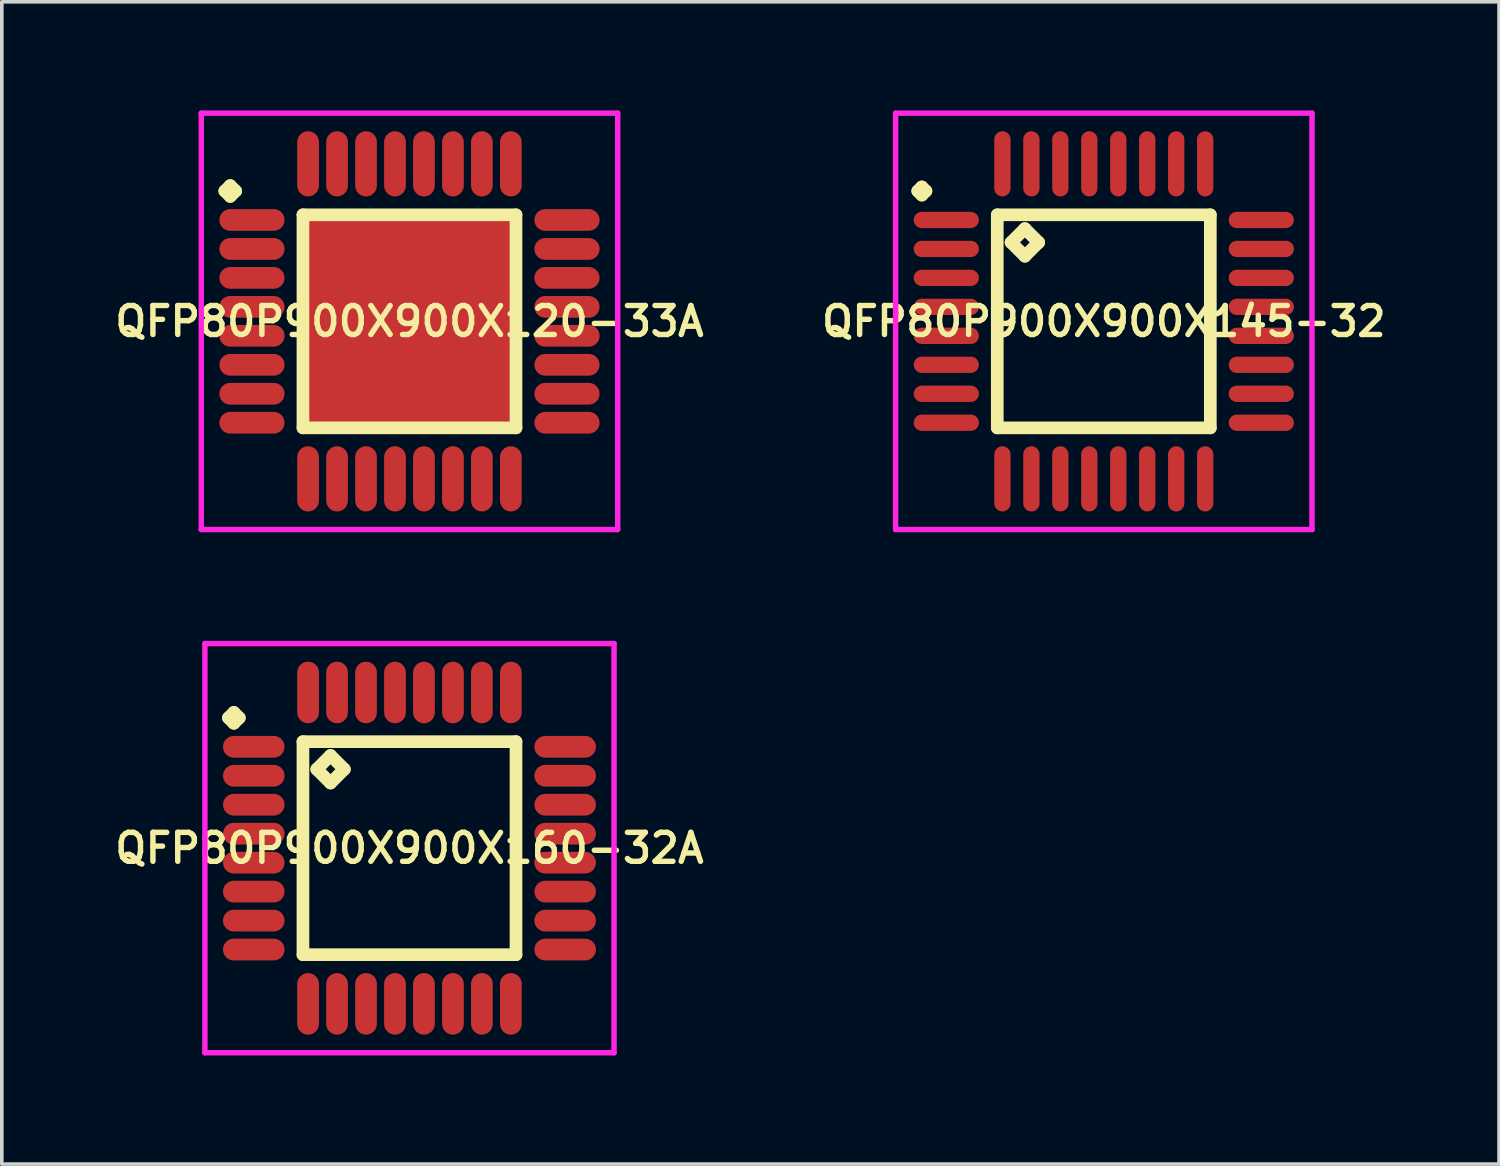
<source format=kicad_pcb>
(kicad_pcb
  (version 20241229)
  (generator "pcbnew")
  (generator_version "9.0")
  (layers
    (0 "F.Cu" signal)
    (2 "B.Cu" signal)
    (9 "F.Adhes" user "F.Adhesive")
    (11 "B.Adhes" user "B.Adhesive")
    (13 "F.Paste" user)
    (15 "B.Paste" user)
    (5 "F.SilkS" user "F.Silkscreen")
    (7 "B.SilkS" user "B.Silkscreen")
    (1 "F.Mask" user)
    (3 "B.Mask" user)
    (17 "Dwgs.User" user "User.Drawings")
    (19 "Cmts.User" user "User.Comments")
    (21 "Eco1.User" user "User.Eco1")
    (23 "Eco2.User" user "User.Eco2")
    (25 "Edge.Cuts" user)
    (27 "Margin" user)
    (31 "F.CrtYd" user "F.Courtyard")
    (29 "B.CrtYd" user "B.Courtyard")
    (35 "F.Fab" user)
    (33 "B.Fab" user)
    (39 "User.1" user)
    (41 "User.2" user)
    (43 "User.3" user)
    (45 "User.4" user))
  (footprint "QFP80P900X900X120-33A"
    (layer "F.Cu")
    (at 8.259 5.825)
    (property "Reference" "QFP80P900X900X120-33A" (at 0 0 0) (layer "F.SilkS") (effects (font (size 0.8 0.8) (thickness 0.15))))
    (attr smd)
    (fp_line (start -5.1 -3.6) (end -4.95 -3.75) (stroke (width 0.35) (type solid)) (layer "F.SilkS"))
    (fp_line (start -4.95 -3.75) (end -4.8 -3.6) (stroke (width 0.35) (type solid)) (layer "F.SilkS"))
    (fp_line (start -4.95 -3.45) (end -5.1 -3.6) (stroke (width 0.35) (type solid)) (layer "F.SilkS"))
    (fp_line (start -4.8 -3.6) (end -4.95 -3.45) (stroke (width 0.35) (type solid)) (layer "F.SilkS"))
    (fp_line (start -2.942 -2.942) (end -2.942 2.942) (stroke (width 0.35) (type solid)) (layer "F.SilkS"))
    (fp_line (start -2.942 2.942) (end 2.942 2.942) (stroke (width 0.35) (type solid)) (layer "F.SilkS"))
    (fp_line (start 2.942 -2.942) (end -2.942 -2.942) (stroke (width 0.35) (type solid)) (layer "F.SilkS"))
    (fp_line (start 2.942 2.942) (end 2.942 -2.942) (stroke (width 0.35) (type solid)) (layer "F.SilkS"))
    (fp_line (start -5.75 -5.75) (end 5.75 -5.75) (stroke (width 0.15) (type solid)) (layer "F.CrtYd"))
    (fp_line (start -5.75 5.75) (end -5.75 -5.75) (stroke (width 0.15) (type solid)) (layer "F.CrtYd"))
    (fp_line (start 5.75 -5.75) (end 5.75 5.75) (stroke (width 0.15) (type solid)) (layer "F.CrtYd"))
    (fp_line (start 5.75 5.75) (end -5.75 5.75) (stroke (width 0.15) (type solid)) (layer "F.CrtYd"))
    (pad "1" smd oval (at -4.35 -2.8) (size 1.8 0.6) (layers "F.Cu" "F.Mask" "F.Paste"))
    (pad "2" smd oval (at -4.35 -2) (size 1.8 0.6) (layers "F.Cu" "F.Mask" "F.Paste"))
    (pad "3" smd oval (at -4.35 -1.2) (size 1.8 0.6) (layers "F.Cu" "F.Mask" "F.Paste"))
    (pad "4" smd oval (at -4.35 -0.4) (size 1.8 0.6) (layers "F.Cu" "F.Mask" "F.Paste"))
    (pad "5" smd oval (at -4.35 0.4) (size 1.8 0.6) (layers "F.Cu" "F.Mask" "F.Paste"))
    (pad "6" smd oval (at -4.35 1.2) (size 1.8 0.6) (layers "F.Cu" "F.Mask" "F.Paste"))
    (pad "7" smd oval (at -4.35 2) (size 1.8 0.6) (layers "F.Cu" "F.Mask" "F.Paste"))
    (pad "8" smd oval (at -4.35 2.8) (size 1.8 0.6) (layers "F.Cu" "F.Mask" "F.Paste"))
    (pad "9" smd oval (at -2.8 4.35) (size 0.6 1.8) (layers "F.Cu" "F.Mask" "F.Paste"))
    (pad "10" smd oval (at -2 4.35) (size 0.6 1.8) (layers "F.Cu" "F.Mask" "F.Paste"))
    (pad "11" smd oval (at -1.2 4.35) (size 0.6 1.8) (layers "F.Cu" "F.Mask" "F.Paste"))
    (pad "12" smd oval (at -0.4 4.35) (size 0.6 1.8) (layers "F.Cu" "F.Mask" "F.Paste"))
    (pad "13" smd oval (at 0.4 4.35) (size 0.6 1.8) (layers "F.Cu" "F.Mask" "F.Paste"))
    (pad "14" smd oval (at 1.2 4.35) (size 0.6 1.8) (layers "F.Cu" "F.Mask" "F.Paste"))
    (pad "15" smd oval (at 2 4.35) (size 0.6 1.8) (layers "F.Cu" "F.Mask" "F.Paste"))
    (pad "16" smd oval (at 2.8 4.35) (size 0.6 1.8) (layers "F.Cu" "F.Mask" "F.Paste"))
    (pad "17" smd oval (at 4.35 2.8) (size 1.8 0.6) (layers "F.Cu" "F.Mask" "F.Paste"))
    (pad "18" smd oval (at 4.35 2) (size 1.8 0.6) (layers "F.Cu" "F.Mask" "F.Paste"))
    (pad "19" smd oval (at 4.35 1.2) (size 1.8 0.6) (layers "F.Cu" "F.Mask" "F.Paste"))
    (pad "20" smd oval (at 4.35 0.4) (size 1.8 0.6) (layers "F.Cu" "F.Mask" "F.Paste"))
    (pad "21" smd oval (at 4.35 -0.4) (size 1.8 0.6) (layers "F.Cu" "F.Mask" "F.Paste"))
    (pad "22" smd oval (at 4.35 -1.2) (size 1.8 0.6) (layers "F.Cu" "F.Mask" "F.Paste"))
    (pad "23" smd oval (at 4.35 -2) (size 1.8 0.6) (layers "F.Cu" "F.Mask" "F.Paste"))
    (pad "24" smd oval (at 4.35 -2.8) (size 1.8 0.6) (layers "F.Cu" "F.Mask" "F.Paste"))
    (pad "25" smd oval (at 2.8 -4.35) (size 0.6 1.8) (layers "F.Cu" "F.Mask" "F.Paste"))
    (pad "26" smd oval (at 2 -4.35) (size 0.6 1.8) (layers "F.Cu" "F.Mask" "F.Paste"))
    (pad "27" smd oval (at 1.2 -4.35) (size 0.6 1.8) (layers "F.Cu" "F.Mask" "F.Paste"))
    (pad "28" smd oval (at 0.4 -4.35) (size 0.6 1.8) (layers "F.Cu" "F.Mask" "F.Paste"))
    (pad "29" smd oval (at -0.4 -4.35) (size 0.6 1.8) (layers "F.Cu" "F.Mask" "F.Paste"))
    (pad "30" smd oval (at -1.2 -4.35) (size 0.6 1.8) (layers "F.Cu" "F.Mask" "F.Paste"))
    (pad "31" smd oval (at -2 -4.35) (size 0.6 1.8) (layers "F.Cu" "F.Mask" "F.Paste"))
    (pad "32" smd oval (at -2.8 -4.35) (size 0.6 1.8) (layers "F.Cu" "F.Mask" "F.Paste"))
    (pad "33" smd rect (at 0 0) (size 6 6) (layers "F.Cu" "F.Mask" "F.Paste")))
  (footprint "QFP80P900X900X160-32A"
    (layer "F.Cu")
    (at 8.259 20.375)
    (property "Reference" "QFP80P900X900X160-32A" (at 0 0 0) (layer "F.SilkS") (effects (font (size 0.8 0.8) (thickness 0.15))))
    (attr smd)
    (fp_line (start -5 -3.6) (end -4.85 -3.75) (stroke (width 0.35) (type solid)) (layer "F.SilkS"))
    (fp_line (start -4.85 -3.75) (end -4.7 -3.6) (stroke (width 0.35) (type solid)) (layer "F.SilkS"))
    (fp_line (start -4.85 -3.45) (end -5 -3.6) (stroke (width 0.35) (type solid)) (layer "F.SilkS"))
    (fp_line (start -4.7 -3.6) (end -4.85 -3.45) (stroke (width 0.35) (type solid)) (layer "F.SilkS"))
    (fp_line (start -2.942 -2.942) (end -2.942 2.942) (stroke (width 0.35) (type solid)) (layer "F.SilkS"))
    (fp_line (start -2.942 2.942) (end 2.942 2.942) (stroke (width 0.35) (type solid)) (layer "F.SilkS"))
    (fp_line (start -2.561 -2.18) (end -2.18 -2.561) (stroke (width 0.35) (type solid)) (layer "F.SilkS"))
    (fp_line (start -2.18 -2.561) (end -1.799 -2.18) (stroke (width 0.35) (type solid)) (layer "F.SilkS"))
    (fp_line (start -2.18 -1.799) (end -2.561 -2.18) (stroke (width 0.35) (type solid)) (layer "F.SilkS"))
    (fp_line (start -1.799 -2.18) (end -2.18 -1.799) (stroke (width 0.35) (type solid)) (layer "F.SilkS"))
    (fp_line (start 2.942 -2.942) (end -2.942 -2.942) (stroke (width 0.35) (type solid)) (layer "F.SilkS"))
    (fp_line (start 2.942 2.942) (end 2.942 -2.942) (stroke (width 0.35) (type solid)) (layer "F.SilkS"))
    (fp_line (start -5.65 -5.65) (end 5.65 -5.65) (stroke (width 0.15) (type solid)) (layer "F.CrtYd"))
    (fp_line (start -5.65 5.65) (end -5.65 -5.65) (stroke (width 0.15) (type solid)) (layer "F.CrtYd"))
    (fp_line (start 5.65 -5.65) (end 5.65 5.65) (stroke (width 0.15) (type solid)) (layer "F.CrtYd"))
    (fp_line (start 5.65 5.65) (end -5.65 5.65) (stroke (width 0.15) (type solid)) (layer "F.CrtYd"))
    (pad "1" smd oval (at -4.3 -2.8) (size 1.7 0.6) (layers "F.Cu" "F.Mask" "F.Paste"))
    (pad "2" smd oval (at -4.3 -2) (size 1.7 0.6) (layers "F.Cu" "F.Mask" "F.Paste"))
    (pad "3" smd oval (at -4.3 -1.2) (size 1.7 0.6) (layers "F.Cu" "F.Mask" "F.Paste"))
    (pad "4" smd oval (at -4.3 -0.4) (size 1.7 0.6) (layers "F.Cu" "F.Mask" "F.Paste"))
    (pad "5" smd oval (at -4.3 0.4) (size 1.7 0.6) (layers "F.Cu" "F.Mask" "F.Paste"))
    (pad "6" smd oval (at -4.3 1.2) (size 1.7 0.6) (layers "F.Cu" "F.Mask" "F.Paste"))
    (pad "7" smd oval (at -4.3 2) (size 1.7 0.6) (layers "F.Cu" "F.Mask" "F.Paste"))
    (pad "8" smd oval (at -4.3 2.8) (size 1.7 0.6) (layers "F.Cu" "F.Mask" "F.Paste"))
    (pad "9" smd oval (at -2.8 4.3) (size 0.6 1.7) (layers "F.Cu" "F.Mask" "F.Paste"))
    (pad "10" smd oval (at -2 4.3) (size 0.6 1.7) (layers "F.Cu" "F.Mask" "F.Paste"))
    (pad "11" smd oval (at -1.2 4.3) (size 0.6 1.7) (layers "F.Cu" "F.Mask" "F.Paste"))
    (pad "12" smd oval (at -0.4 4.3) (size 0.6 1.7) (layers "F.Cu" "F.Mask" "F.Paste"))
    (pad "13" smd oval (at 0.4 4.3) (size 0.6 1.7) (layers "F.Cu" "F.Mask" "F.Paste"))
    (pad "14" smd oval (at 1.2 4.3) (size 0.6 1.7) (layers "F.Cu" "F.Mask" "F.Paste"))
    (pad "15" smd oval (at 2 4.3) (size 0.6 1.7) (layers "F.Cu" "F.Mask" "F.Paste"))
    (pad "16" smd oval (at 2.8 4.3) (size 0.6 1.7) (layers "F.Cu" "F.Mask" "F.Paste"))
    (pad "17" smd oval (at 4.3 2.8) (size 1.7 0.6) (layers "F.Cu" "F.Mask" "F.Paste"))
    (pad "18" smd oval (at 4.3 2) (size 1.7 0.6) (layers "F.Cu" "F.Mask" "F.Paste"))
    (pad "19" smd oval (at 4.3 1.2) (size 1.7 0.6) (layers "F.Cu" "F.Mask" "F.Paste"))
    (pad "20" smd oval (at 4.3 0.4) (size 1.7 0.6) (layers "F.Cu" "F.Mask" "F.Paste"))
    (pad "21" smd oval (at 4.3 -0.4) (size 1.7 0.6) (layers "F.Cu" "F.Mask" "F.Paste"))
    (pad "22" smd oval (at 4.3 -1.2) (size 1.7 0.6) (layers "F.Cu" "F.Mask" "F.Paste"))
    (pad "23" smd oval (at 4.3 -2) (size 1.7 0.6) (layers "F.Cu" "F.Mask" "F.Paste"))
    (pad "24" smd oval (at 4.3 -2.8) (size 1.7 0.6) (layers "F.Cu" "F.Mask" "F.Paste"))
    (pad "25" smd oval (at 2.8 -4.3) (size 0.6 1.7) (layers "F.Cu" "F.Mask" "F.Paste"))
    (pad "26" smd oval (at 2 -4.3) (size 0.6 1.7) (layers "F.Cu" "F.Mask" "F.Paste"))
    (pad "27" smd oval (at 1.2 -4.3) (size 0.6 1.7) (layers "F.Cu" "F.Mask" "F.Paste"))
    (pad "28" smd oval (at 0.4 -4.3) (size 0.6 1.7) (layers "F.Cu" "F.Mask" "F.Paste"))
    (pad "29" smd oval (at -0.4 -4.3) (size 0.6 1.7) (layers "F.Cu" "F.Mask" "F.Paste"))
    (pad "30" smd oval (at -1.2 -4.3) (size 0.6 1.7) (layers "F.Cu" "F.Mask" "F.Paste"))
    (pad "31" smd oval (at -2 -4.3) (size 0.6 1.7) (layers "F.Cu" "F.Mask" "F.Paste"))
    (pad "32" smd oval (at -2.8 -4.3) (size 0.6 1.7) (layers "F.Cu" "F.Mask" "F.Paste")))
  (footprint "QFP80P900X900X145-32"
    (layer "F.Cu")
    (at 27.435 5.825)
    (property "Reference" "QFP80P900X900X145-32" (at 0 0 0) (layer "F.SilkS") (effects (font (size 0.8 0.8) (thickness 0.15))))
    (attr smd)
    (fp_line (start -5.138 -3.6) (end -5.025 -3.712) (stroke (width 0.35) (type solid)) (layer "F.SilkS"))
    (fp_line (start -5.025 -3.712) (end -4.912 -3.6) (stroke (width 0.35) (type solid)) (layer "F.SilkS"))
    (fp_line (start -5.025 -3.487) (end -5.138 -3.6) (stroke (width 0.35) (type solid)) (layer "F.SilkS"))
    (fp_line (start -4.912 -3.6) (end -5.025 -3.487) (stroke (width 0.35) (type solid)) (layer "F.SilkS"))
    (fp_line (start -2.942 -2.942) (end -2.942 2.942) (stroke (width 0.35) (type solid)) (layer "F.SilkS"))
    (fp_line (start -2.942 2.942) (end 2.942 2.942) (stroke (width 0.35) (type solid)) (layer "F.SilkS"))
    (fp_line (start -2.561 -2.18) (end -2.18 -2.561) (stroke (width 0.35) (type solid)) (layer "F.SilkS"))
    (fp_line (start -2.18 -2.561) (end -1.799 -2.18) (stroke (width 0.35) (type solid)) (layer "F.SilkS"))
    (fp_line (start -2.18 -1.799) (end -2.561 -2.18) (stroke (width 0.35) (type solid)) (layer "F.SilkS"))
    (fp_line (start -1.799 -2.18) (end -2.18 -1.799) (stroke (width 0.35) (type solid)) (layer "F.SilkS"))
    (fp_line (start 2.942 -2.942) (end -2.942 -2.942) (stroke (width 0.35) (type solid)) (layer "F.SilkS"))
    (fp_line (start 2.942 2.942) (end 2.942 -2.942) (stroke (width 0.35) (type solid)) (layer "F.SilkS"))
    (fp_line (start -5.75 -5.75) (end 5.75 -5.75) (stroke (width 0.15) (type solid)) (layer "F.CrtYd"))
    (fp_line (start -5.75 5.75) (end -5.75 -5.75) (stroke (width 0.15) (type solid)) (layer "F.CrtYd"))
    (fp_line (start 5.75 -5.75) (end 5.75 5.75) (stroke (width 0.15) (type solid)) (layer "F.CrtYd"))
    (fp_line (start 5.75 5.75) (end -5.75 5.75) (stroke (width 0.15) (type solid)) (layer "F.CrtYd"))
    (pad "1" smd oval (at -4.35 -2.8) (size 1.8 0.45) (layers "F.Cu" "F.Mask" "F.Paste"))
    (pad "2" smd oval (at -4.35 -2) (size 1.8 0.45) (layers "F.Cu" "F.Mask" "F.Paste"))
    (pad "3" smd oval (at -4.35 -1.2) (size 1.8 0.45) (layers "F.Cu" "F.Mask" "F.Paste"))
    (pad "4" smd oval (at -4.35 -0.4) (size 1.8 0.45) (layers "F.Cu" "F.Mask" "F.Paste"))
    (pad "5" smd oval (at -4.35 0.4) (size 1.8 0.45) (layers "F.Cu" "F.Mask" "F.Paste"))
    (pad "6" smd oval (at -4.35 1.2) (size 1.8 0.45) (layers "F.Cu" "F.Mask" "F.Paste"))
    (pad "7" smd oval (at -4.35 2) (size 1.8 0.45) (layers "F.Cu" "F.Mask" "F.Paste"))
    (pad "8" smd oval (at -4.35 2.8) (size 1.8 0.45) (layers "F.Cu" "F.Mask" "F.Paste"))
    (pad "9" smd oval (at -2.8 4.35) (size 0.45 1.8) (layers "F.Cu" "F.Mask" "F.Paste"))
    (pad "10" smd oval (at -2 4.35) (size 0.45 1.8) (layers "F.Cu" "F.Mask" "F.Paste"))
    (pad "11" smd oval (at -1.2 4.35) (size 0.45 1.8) (layers "F.Cu" "F.Mask" "F.Paste"))
    (pad "12" smd oval (at -0.4 4.35) (size 0.45 1.8) (layers "F.Cu" "F.Mask" "F.Paste"))
    (pad "13" smd oval (at 0.4 4.35) (size 0.45 1.8) (layers "F.Cu" "F.Mask" "F.Paste"))
    (pad "14" smd oval (at 1.2 4.35) (size 0.45 1.8) (layers "F.Cu" "F.Mask" "F.Paste"))
    (pad "15" smd oval (at 2 4.35) (size 0.45 1.8) (layers "F.Cu" "F.Mask" "F.Paste"))
    (pad "16" smd oval (at 2.8 4.35) (size 0.45 1.8) (layers "F.Cu" "F.Mask" "F.Paste"))
    (pad "17" smd oval (at 4.35 2.8) (size 1.8 0.45) (layers "F.Cu" "F.Mask" "F.Paste"))
    (pad "18" smd oval (at 4.35 2) (size 1.8 0.45) (layers "F.Cu" "F.Mask" "F.Paste"))
    (pad "19" smd oval (at 4.35 1.2) (size 1.8 0.45) (layers "F.Cu" "F.Mask" "F.Paste"))
    (pad "20" smd oval (at 4.35 0.4) (size 1.8 0.45) (layers "F.Cu" "F.Mask" "F.Paste"))
    (pad "21" smd oval (at 4.35 -0.4) (size 1.8 0.45) (layers "F.Cu" "F.Mask" "F.Paste"))
    (pad "22" smd oval (at 4.35 -1.2) (size 1.8 0.45) (layers "F.Cu" "F.Mask" "F.Paste"))
    (pad "23" smd oval (at 4.35 -2) (size 1.8 0.45) (layers "F.Cu" "F.Mask" "F.Paste"))
    (pad "24" smd oval (at 4.35 -2.8) (size 1.8 0.45) (layers "F.Cu" "F.Mask" "F.Paste"))
    (pad "25" smd oval (at 2.8 -4.35) (size 0.45 1.8) (layers "F.Cu" "F.Mask" "F.Paste"))
    (pad "26" smd oval (at 2 -4.35) (size 0.45 1.8) (layers "F.Cu" "F.Mask" "F.Paste"))
    (pad "27" smd oval (at 1.2 -4.35) (size 0.45 1.8) (layers "F.Cu" "F.Mask" "F.Paste"))
    (pad "28" smd oval (at 0.4 -4.35) (size 0.45 1.8) (layers "F.Cu" "F.Mask" "F.Paste"))
    (pad "29" smd oval (at -0.4 -4.35) (size 0.45 1.8) (layers "F.Cu" "F.Mask" "F.Paste"))
    (pad "30" smd oval (at -1.2 -4.35) (size 0.45 1.8) (layers "F.Cu" "F.Mask" "F.Paste"))
    (pad "31" smd oval (at -2 -4.35) (size 0.45 1.8) (layers "F.Cu" "F.Mask" "F.Paste"))
    (pad "32" smd oval (at -2.8 -4.35) (size 0.45 1.8) (layers "F.Cu" "F.Mask" "F.Paste")))
  (gr_rect
    (start -3 -3)
    (end 38.351 29.1)
    (stroke (width 0.1) (type default))
    (fill no)
    (layer "Edge.Cuts")))
</source>
